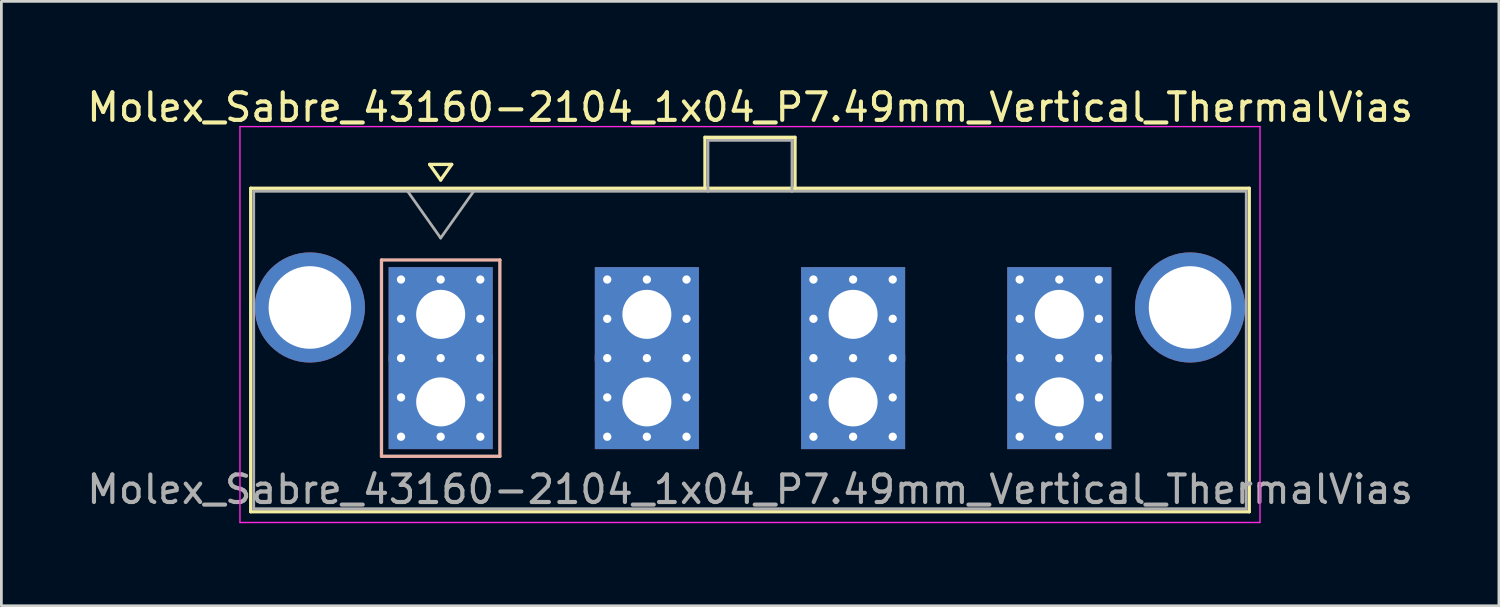
<source format=kicad_pcb>
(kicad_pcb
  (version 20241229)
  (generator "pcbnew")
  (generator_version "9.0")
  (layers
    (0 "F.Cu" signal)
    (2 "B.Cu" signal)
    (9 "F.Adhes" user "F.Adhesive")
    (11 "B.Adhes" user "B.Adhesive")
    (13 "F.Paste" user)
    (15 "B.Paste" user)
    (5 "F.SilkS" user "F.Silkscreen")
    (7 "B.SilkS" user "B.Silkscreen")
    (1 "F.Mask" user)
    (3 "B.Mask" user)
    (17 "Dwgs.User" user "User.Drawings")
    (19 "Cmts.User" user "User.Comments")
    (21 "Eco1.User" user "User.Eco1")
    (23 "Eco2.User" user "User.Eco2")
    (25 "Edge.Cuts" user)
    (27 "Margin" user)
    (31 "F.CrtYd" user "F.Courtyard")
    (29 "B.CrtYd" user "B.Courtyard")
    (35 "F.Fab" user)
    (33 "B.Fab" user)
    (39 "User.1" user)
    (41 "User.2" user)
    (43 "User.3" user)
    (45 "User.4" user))
  (footprint "Molex_Sabre_43160-2104_1x04_P7.49mm_Vertical_ThermalVias"
    (layer "F.Cu")
    (at 12.956 11.548)
    (property "Reference" "Molex_Sabre_43160-2104_1x04_P7.49mm_Vertical_ThermalVias" (at 11.24 -10.7 0) (layer "F.SilkS") (effects (font (size 1 1) (thickness 0.15))))
    (attr through_hole)
    (fp_line (start -6.9 -7.76) (end -6.9 3.99) (stroke (width 0.12) (type solid)) (layer "F.SilkS"))
    (fp_line (start -6.9 3.99) (end 29.37 3.99) (stroke (width 0.12) (type solid)) (layer "F.SilkS"))
    (fp_line (start -0.4 -8.626) (end 0 -8.06) (stroke (width 0.12) (type solid)) (layer "F.SilkS"))
    (fp_line (start 0 -8.06) (end 0.4 -8.626) (stroke (width 0.12) (type solid)) (layer "F.SilkS"))
    (fp_line (start 0.4 -8.626) (end -0.4 -8.626) (stroke (width 0.12) (type solid)) (layer "F.SilkS"))
    (fp_line (start 9.6 -9.61) (end 12.87 -9.61) (stroke (width 0.12) (type solid)) (layer "F.SilkS"))
    (fp_line (start 9.6 -7.76) (end 9.6 -9.61) (stroke (width 0.12) (type solid)) (layer "F.SilkS"))
    (fp_line (start 12.87 -9.61) (end 12.87 -7.76) (stroke (width 0.12) (type solid)) (layer "F.SilkS"))
    (fp_line (start 29.37 -7.76) (end -6.9 -7.76) (stroke (width 0.12) (type solid)) (layer "F.SilkS"))
    (fp_line (start 29.37 3.99) (end 29.37 -7.76) (stroke (width 0.12) (type solid)) (layer "F.SilkS"))
    (fp_line (start -2.15 -5.155) (end -2.15 1.975) (stroke (width 0.12) (type solid)) (layer "B.SilkS"))
    (fp_line (start -2.15 1.975) (end 2.15 1.975) (stroke (width 0.12) (type solid)) (layer "B.SilkS"))
    (fp_line (start 2.15 -5.155) (end -2.15 -5.155) (stroke (width 0.12) (type solid)) (layer "B.SilkS"))
    (fp_line (start 2.15 1.975) (end 2.15 -5.155) (stroke (width 0.12) (type solid)) (layer "B.SilkS"))
    (fp_line (start -7.29 -10) (end -7.29 4.38) (stroke (width 0.05) (type solid)) (layer "F.CrtYd"))
    (fp_line (start -7.29 4.38) (end 29.76 4.38) (stroke (width 0.05) (type solid)) (layer "F.CrtYd"))
    (fp_line (start 29.76 -10) (end -7.29 -10) (stroke (width 0.05) (type solid)) (layer "F.CrtYd"))
    (fp_line (start 29.76 4.38) (end 29.76 -10) (stroke (width 0.05) (type solid)) (layer "F.CrtYd"))
    (fp_line (start -6.79 -7.65) (end -6.79 3.88) (stroke (width 0.1) (type solid)) (layer "F.Fab"))
    (fp_line (start -6.79 3.88) (end 29.26 3.88) (stroke (width 0.1) (type solid)) (layer "F.Fab"))
    (fp_line (start -1.2 -7.65) (end 0 -5.953) (stroke (width 0.1) (type solid)) (layer "F.Fab"))
    (fp_line (start 0 -5.953) (end 1.2 -7.65) (stroke (width 0.1) (type solid)) (layer "F.Fab"))
    (fp_line (start 9.71 -9.5) (end 12.76 -9.5) (stroke (width 0.1) (type solid)) (layer "F.Fab"))
    (fp_line (start 9.71 -7.65) (end 9.71 -9.5) (stroke (width 0.1) (type solid)) (layer "F.Fab"))
    (fp_line (start 12.76 -9.5) (end 12.76 -7.65) (stroke (width 0.1) (type solid)) (layer "F.Fab"))
    (fp_line (start 29.26 -7.65) (end -6.79 -7.65) (stroke (width 0.1) (type solid)) (layer "F.Fab"))
    (fp_line (start 29.26 3.88) (end 29.26 -7.65) (stroke (width 0.1) (type solid)) (layer "F.Fab"))
    (fp_text user "${REFERENCE}" (at 11.24 3.18 0) (layer "F.Fab") (effects (font (size 1 1) (thickness 0.15))))
    (pad "" thru_hole circle (at -4.75 -3.43) (size 4 4) (drill 3) (layers "*.Cu" "*.Mask"))
    (pad "" thru_hole circle (at 27.22 -3.43) (size 4 4) (drill 3) (layers "*.Cu" "*.Mask"))
    (pad "1" thru_hole rect (at -1.44 -4.445) (size 0.6 0.6) (drill 0.3) (layers "*.Cu" "*.Mask"))
    (pad "1" thru_hole rect (at -1.44 -3.018) (size 0.6 0.6) (drill 0.3) (layers "*.Cu" "*.Mask"))
    (pad "1" thru_hole rect (at -1.44 -1.59) (size 0.6 0.6) (drill 0.3) (layers "*.Cu" "*.Mask"))
    (pad "1" thru_hole rect (at -1.44 -0.163) (size 0.6 0.6) (drill 0.3) (layers "*.Cu" "*.Mask"))
    (pad "1" thru_hole rect (at -1.44 1.265) (size 0.6 0.6) (drill 0.3) (layers "*.Cu" "*.Mask"))
    (pad "1" thru_hole rect (at 0 -4.445) (size 0.6 0.6) (drill 0.3) (layers "*.Cu" "*.Mask"))
    (pad "1" thru_hole rect (at 0 -3.18) (size 3.78 3.43) (drill 1.78) (layers "*.Cu" "*.Mask"))
    (pad "1" thru_hole rect (at 0 -1.59) (size 0.6 0.6) (drill 0.3) (layers "*.Cu" "*.Mask"))
    (pad "1" thru_hole rect (at 0 0) (size 3.78 3.43) (drill 1.78) (layers "*.Cu" "*.Mask"))
    (pad "1" thru_hole rect (at 0 1.265) (size 0.6 0.6) (drill 0.3) (layers "*.Cu" "*.Mask"))
    (pad "1" thru_hole rect (at 1.44 -4.445) (size 0.6 0.6) (drill 0.3) (layers "*.Cu" "*.Mask"))
    (pad "1" thru_hole rect (at 1.44 -3.018) (size 0.6 0.6) (drill 0.3) (layers "*.Cu" "*.Mask"))
    (pad "1" thru_hole rect (at 1.44 -1.59) (size 0.6 0.6) (drill 0.3) (layers "*.Cu" "*.Mask"))
    (pad "1" thru_hole rect (at 1.44 -0.163) (size 0.6 0.6) (drill 0.3) (layers "*.Cu" "*.Mask"))
    (pad "1" thru_hole rect (at 1.44 1.265) (size 0.6 0.6) (drill 0.3) (layers "*.Cu" "*.Mask"))
    (pad "2" thru_hole circle (at 6.05 -4.445) (size 0.6 0.6) (drill 0.3) (layers "*.Cu" "*.Mask"))
    (pad "2" thru_hole circle (at 6.05 -3.018) (size 0.6 0.6) (drill 0.3) (layers "*.Cu" "*.Mask"))
    (pad "2" thru_hole circle (at 6.05 -1.59) (size 0.6 0.6) (drill 0.3) (layers "*.Cu" "*.Mask"))
    (pad "2" thru_hole circle (at 6.05 -0.163) (size 0.6 0.6) (drill 0.3) (layers "*.Cu" "*.Mask"))
    (pad "2" thru_hole circle (at 6.05 1.265) (size 0.6 0.6) (drill 0.3) (layers "*.Cu" "*.Mask"))
    (pad "2" thru_hole circle (at 7.49 -4.445) (size 0.6 0.6) (drill 0.3) (layers "*.Cu" "*.Mask"))
    (pad "2" thru_hole rect (at 7.49 -3.18) (size 3.78 3.43) (drill 1.78) (layers "*.Cu" "*.Mask"))
    (pad "2" thru_hole circle (at 7.49 -1.59) (size 0.6 0.6) (drill 0.3) (layers "*.Cu" "*.Mask"))
    (pad "2" thru_hole rect (at 7.49 0) (size 3.78 3.43) (drill 1.78) (layers "*.Cu" "*.Mask"))
    (pad "2" thru_hole circle (at 7.49 1.265) (size 0.6 0.6) (drill 0.3) (layers "*.Cu" "*.Mask"))
    (pad "2" thru_hole circle (at 8.93 -4.445) (size 0.6 0.6) (drill 0.3) (layers "*.Cu" "*.Mask"))
    (pad "2" thru_hole circle (at 8.93 -3.018) (size 0.6 0.6) (drill 0.3) (layers "*.Cu" "*.Mask"))
    (pad "2" thru_hole circle (at 8.93 -1.59) (size 0.6 0.6) (drill 0.3) (layers "*.Cu" "*.Mask"))
    (pad "2" thru_hole circle (at 8.93 -0.163) (size 0.6 0.6) (drill 0.3) (layers "*.Cu" "*.Mask"))
    (pad "2" thru_hole circle (at 8.93 1.265) (size 0.6 0.6) (drill 0.3) (layers "*.Cu" "*.Mask"))
    (pad "3" thru_hole circle (at 13.54 -4.445) (size 0.6 0.6) (drill 0.3) (layers "*.Cu" "*.Mask"))
    (pad "3" thru_hole circle (at 13.54 -3.018) (size 0.6 0.6) (drill 0.3) (layers "*.Cu" "*.Mask"))
    (pad "3" thru_hole circle (at 13.54 -1.59) (size 0.6 0.6) (drill 0.3) (layers "*.Cu" "*.Mask"))
    (pad "3" thru_hole circle (at 13.54 -0.163) (size 0.6 0.6) (drill 0.3) (layers "*.Cu" "*.Mask"))
    (pad "3" thru_hole circle (at 13.54 1.265) (size 0.6 0.6) (drill 0.3) (layers "*.Cu" "*.Mask"))
    (pad "3" thru_hole circle (at 14.98 -4.445) (size 0.6 0.6) (drill 0.3) (layers "*.Cu" "*.Mask"))
    (pad "3" thru_hole rect (at 14.98 -3.18) (size 3.78 3.43) (drill 1.78) (layers "*.Cu" "*.Mask"))
    (pad "3" thru_hole circle (at 14.98 -1.59) (size 0.6 0.6) (drill 0.3) (layers "*.Cu" "*.Mask"))
    (pad "3" thru_hole rect (at 14.98 0) (size 3.78 3.43) (drill 1.78) (layers "*.Cu" "*.Mask"))
    (pad "3" thru_hole circle (at 14.98 1.265) (size 0.6 0.6) (drill 0.3) (layers "*.Cu" "*.Mask"))
    (pad "3" thru_hole circle (at 16.42 -4.445) (size 0.6 0.6) (drill 0.3) (layers "*.Cu" "*.Mask"))
    (pad "3" thru_hole circle (at 16.42 -3.018) (size 0.6 0.6) (drill 0.3) (layers "*.Cu" "*.Mask"))
    (pad "3" thru_hole circle (at 16.42 -1.59) (size 0.6 0.6) (drill 0.3) (layers "*.Cu" "*.Mask"))
    (pad "3" thru_hole circle (at 16.42 -0.163) (size 0.6 0.6) (drill 0.3) (layers "*.Cu" "*.Mask"))
    (pad "3" thru_hole circle (at 16.42 1.265) (size 0.6 0.6) (drill 0.3) (layers "*.Cu" "*.Mask"))
    (pad "4" thru_hole circle (at 21.03 -4.445) (size 0.6 0.6) (drill 0.3) (layers "*.Cu" "*.Mask"))
    (pad "4" thru_hole circle (at 21.03 -3.018) (size 0.6 0.6) (drill 0.3) (layers "*.Cu" "*.Mask"))
    (pad "4" thru_hole circle (at 21.03 -1.59) (size 0.6 0.6) (drill 0.3) (layers "*.Cu" "*.Mask"))
    (pad "4" thru_hole circle (at 21.03 -0.163) (size 0.6 0.6) (drill 0.3) (layers "*.Cu" "*.Mask"))
    (pad "4" thru_hole circle (at 21.03 1.265) (size 0.6 0.6) (drill 0.3) (layers "*.Cu" "*.Mask"))
    (pad "4" thru_hole circle (at 22.47 -4.445) (size 0.6 0.6) (drill 0.3) (layers "*.Cu" "*.Mask"))
    (pad "4" thru_hole rect (at 22.47 -3.18) (size 3.78 3.43) (drill 1.78) (layers "*.Cu" "*.Mask"))
    (pad "4" thru_hole circle (at 22.47 -1.59) (size 0.6 0.6) (drill 0.3) (layers "*.Cu" "*.Mask"))
    (pad "4" thru_hole rect (at 22.47 0) (size 3.78 3.43) (drill 1.78) (layers "*.Cu" "*.Mask"))
    (pad "4" thru_hole circle (at 22.47 1.265) (size 0.6 0.6) (drill 0.3) (layers "*.Cu" "*.Mask"))
    (pad "4" thru_hole circle (at 23.91 -4.445) (size 0.6 0.6) (drill 0.3) (layers "*.Cu" "*.Mask"))
    (pad "4" thru_hole circle (at 23.91 -3.018) (size 0.6 0.6) (drill 0.3) (layers "*.Cu" "*.Mask"))
    (pad "4" thru_hole circle (at 23.91 -1.59) (size 0.6 0.6) (drill 0.3) (layers "*.Cu" "*.Mask"))
    (pad "4" thru_hole circle (at 23.91 -0.163) (size 0.6 0.6) (drill 0.3) (layers "*.Cu" "*.Mask"))
    (pad "4" thru_hole circle (at 23.91 1.265) (size 0.6 0.6) (drill 0.3) (layers "*.Cu" "*.Mask")))
  (gr_rect
    (start -3 -3)
    (end 51.393 18.953)
    (stroke (width 0.1) (type default))
    (fill no)
    (layer "Edge.Cuts")))
</source>
